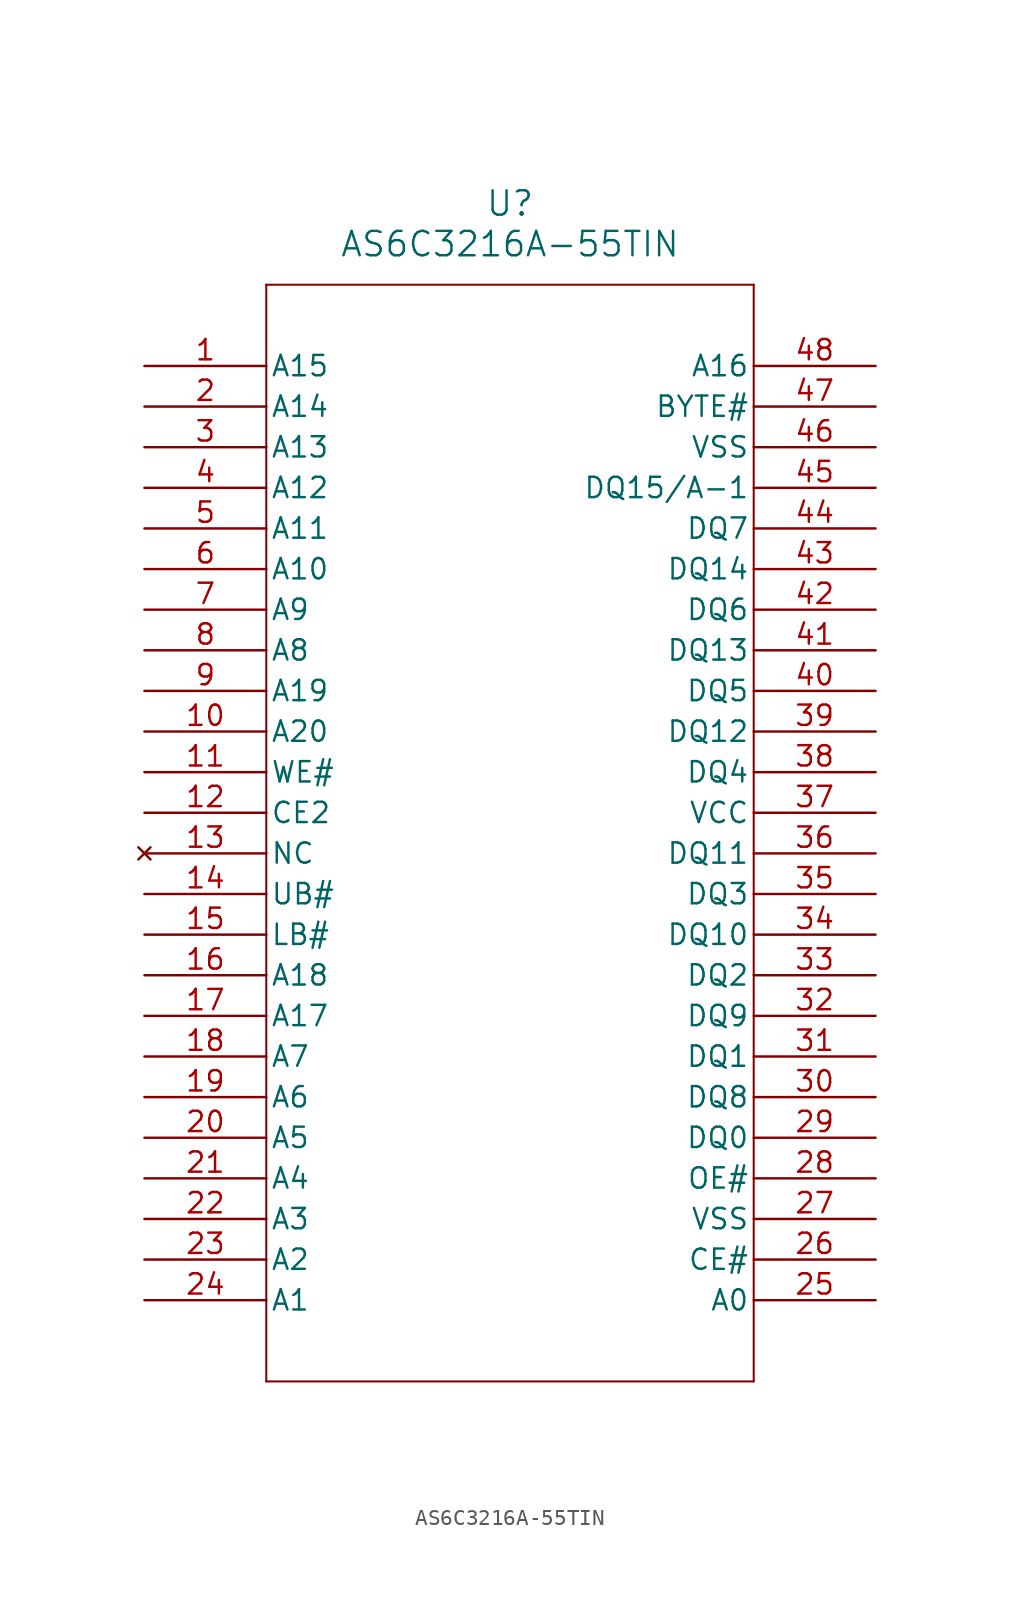
<source format=kicad_sym>
(kicad_symbol_lib
  (version 20241209)
  (generator "kicad_symbol_editor")
  (generator_version "9.0")
  (symbol "AS6C3216A-55TIN"
    (pin_names
      (offset 0.254))
    (property "Reference" "U"
      (at 22.86 10.16 0)
      (effects (font (size 1.524 1.524))))
    (property "Value" "AS6C3216A-55TIN"
      (at 22.86 7.62 0)
      (effects (font (size 1.524 1.524))))
    (property "ki_locked" ""
      (at 0 0 0)
      (effects (font (size 1.27 1.27))))
    (symbol "AS6C3216A-55TIN_0_1"
      (polyline (pts (xy 7.62 5.08) (xy 7.62 -63.5)) (stroke (width 0.127) (type default)) (fill (type none)))
      (polyline (pts (xy 7.62 -63.5) (xy 38.1 -63.5)) (stroke (width 0.127) (type default)) (fill (type none)))
      (polyline (pts (xy 38.1 5.08) (xy 7.62 5.08)) (stroke (width 0.127) (type default)) (fill (type none)))
      (polyline (pts (xy 38.1 -63.5) (xy 38.1 5.08)) (stroke (width 0.127) (type default)) (fill (type none)))
      (pin input line (at 0 0 0) (length 7.62) (name "A15" (effects (font (size 1.27 1.27)))) (number "1" (effects (font (size 1.27 1.27)))))
      (pin input line (at 0 -2.54 0) (length 7.62) (name "A14" (effects (font (size 1.27 1.27)))) (number "2" (effects (font (size 1.27 1.27)))))
      (pin input line (at 0 -5.08 0) (length 7.62) (name "A13" (effects (font (size 1.27 1.27)))) (number "3" (effects (font (size 1.27 1.27)))))
      (pin input line (at 0 -7.62 0) (length 7.62) (name "A12" (effects (font (size 1.27 1.27)))) (number "4" (effects (font (size 1.27 1.27)))))
      (pin input line (at 0 -10.16 0) (length 7.62) (name "A11" (effects (font (size 1.27 1.27)))) (number "5" (effects (font (size 1.27 1.27)))))
      (pin input line (at 0 -12.7 0) (length 7.62) (name "A10" (effects (font (size 1.27 1.27)))) (number "6" (effects (font (size 1.27 1.27)))))
      (pin input line (at 0 -15.24 0) (length 7.62) (name "A9" (effects (font (size 1.27 1.27)))) (number "7" (effects (font (size 1.27 1.27)))))
      (pin input line (at 0 -17.78 0) (length 7.62) (name "A8" (effects (font (size 1.27 1.27)))) (number "8" (effects (font (size 1.27 1.27)))))
      (pin input line (at 0 -20.32 0) (length 7.62) (name "A19" (effects (font (size 1.27 1.27)))) (number "9" (effects (font (size 1.27 1.27)))))
      (pin input line (at 0 -22.86 0) (length 7.62) (name "A20" (effects (font (size 1.27 1.27)))) (number "10" (effects (font (size 1.27 1.27)))))
      (pin input line (at 0 -25.4 0) (length 7.62) (name "WE#" (effects (font (size 1.27 1.27)))) (number "11" (effects (font (size 1.27 1.27)))))
      (pin input line (at 0 -27.94 0) (length 7.62) (name "CE2" (effects (font (size 1.27 1.27)))) (number "12" (effects (font (size 1.27 1.27)))))
      (pin no_connect line (at 0 -30.48 0) (length 7.62) (name "NC" (effects (font (size 1.27 1.27)))) (number "13" (effects (font (size 1.27 1.27)))))
      (pin input line (at 0 -33.02 0) (length 7.62) (name "UB#" (effects (font (size 1.27 1.27)))) (number "14" (effects (font (size 1.27 1.27)))))
      (pin input line (at 0 -35.56 0) (length 7.62) (name "LB#" (effects (font (size 1.27 1.27)))) (number "15" (effects (font (size 1.27 1.27)))))
      (pin input line (at 0 -38.1 0) (length 7.62) (name "A18" (effects (font (size 1.27 1.27)))) (number "16" (effects (font (size 1.27 1.27)))))
      (pin input line (at 0 -40.64 0) (length 7.62) (name "A17" (effects (font (size 1.27 1.27)))) (number "17" (effects (font (size 1.27 1.27)))))
      (pin input line (at 0 -43.18 0) (length 7.62) (name "A7" (effects (font (size 1.27 1.27)))) (number "18" (effects (font (size 1.27 1.27)))))
      (pin input line (at 0 -45.72 0) (length 7.62) (name "A6" (effects (font (size 1.27 1.27)))) (number "19" (effects (font (size 1.27 1.27)))))
      (pin input line (at 0 -48.26 0) (length 7.62) (name "A5" (effects (font (size 1.27 1.27)))) (number "20" (effects (font (size 1.27 1.27)))))
      (pin input line (at 0 -50.8 0) (length 7.62) (name "A4" (effects (font (size 1.27 1.27)))) (number "21" (effects (font (size 1.27 1.27)))))
      (pin input line (at 0 -53.34 0) (length 7.62) (name "A3" (effects (font (size 1.27 1.27)))) (number "22" (effects (font (size 1.27 1.27)))))
      (pin input line (at 0 -55.88 0) (length 7.62) (name "A2" (effects (font (size 1.27 1.27)))) (number "23" (effects (font (size 1.27 1.27)))))
      (pin input line (at 0 -58.42 0) (length 7.62) (name "A1" (effects (font (size 1.27 1.27)))) (number "24" (effects (font (size 1.27 1.27)))))
      (pin input line (at 45.72 0 180) (length 7.62) (name "A16" (effects (font (size 1.27 1.27)))) (number "48" (effects (font (size 1.27 1.27)))))
      (pin input line (at 45.72 -2.54 180) (length 7.62) (name "BYTE#" (effects (font (size 1.27 1.27)))) (number "47" (effects (font (size 1.27 1.27)))))
      (pin power_out line (at 45.72 -5.08 180) (length 7.62) (name "VSS" (effects (font (size 1.27 1.27)))) (number "46" (effects (font (size 1.27 1.27)))))
      (pin bidirectional line (at 45.72 -7.62 180) (length 7.62) (name "DQ15/A-1" (effects (font (size 1.27 1.27)))) (number "45" (effects (font (size 1.27 1.27)))))
      (pin bidirectional line (at 45.72 -10.16 180) (length 7.62) (name "DQ7" (effects (font (size 1.27 1.27)))) (number "44" (effects (font (size 1.27 1.27)))))
      (pin bidirectional line (at 45.72 -12.7 180) (length 7.62) (name "DQ14" (effects (font (size 1.27 1.27)))) (number "43" (effects (font (size 1.27 1.27)))))
      (pin bidirectional line (at 45.72 -15.24 180) (length 7.62) (name "DQ6" (effects (font (size 1.27 1.27)))) (number "42" (effects (font (size 1.27 1.27)))))
      (pin bidirectional line (at 45.72 -17.78 180) (length 7.62) (name "DQ13" (effects (font (size 1.27 1.27)))) (number "41" (effects (font (size 1.27 1.27)))))
      (pin bidirectional line (at 45.72 -20.32 180) (length 7.62) (name "DQ5" (effects (font (size 1.27 1.27)))) (number "40" (effects (font (size 1.27 1.27)))))
      (pin bidirectional line (at 45.72 -22.86 180) (length 7.62) (name "DQ12" (effects (font (size 1.27 1.27)))) (number "39" (effects (font (size 1.27 1.27)))))
      (pin bidirectional line (at 45.72 -25.4 180) (length 7.62) (name "DQ4" (effects (font (size 1.27 1.27)))) (number "38" (effects (font (size 1.27 1.27)))))
      (pin power_in line (at 45.72 -27.94 180) (length 7.62) (name "VCC" (effects (font (size 1.27 1.27)))) (number "37" (effects (font (size 1.27 1.27)))))
      (pin bidirectional line (at 45.72 -30.48 180) (length 7.62) (name "DQ11" (effects (font (size 1.27 1.27)))) (number "36" (effects (font (size 1.27 1.27)))))
      (pin bidirectional line (at 45.72 -33.02 180) (length 7.62) (name "DQ3" (effects (font (size 1.27 1.27)))) (number "35" (effects (font (size 1.27 1.27)))))
      (pin bidirectional line (at 45.72 -35.56 180) (length 7.62) (name "DQ10" (effects (font (size 1.27 1.27)))) (number "34" (effects (font (size 1.27 1.27)))))
      (pin bidirectional line (at 45.72 -38.1 180) (length 7.62) (name "DQ2" (effects (font (size 1.27 1.27)))) (number "33" (effects (font (size 1.27 1.27)))))
      (pin bidirectional line (at 45.72 -40.64 180) (length 7.62) (name "DQ9" (effects (font (size 1.27 1.27)))) (number "32" (effects (font (size 1.27 1.27)))))
      (pin bidirectional line (at 45.72 -43.18 180) (length 7.62) (name "DQ1" (effects (font (size 1.27 1.27)))) (number "31" (effects (font (size 1.27 1.27)))))
      (pin bidirectional line (at 45.72 -45.72 180) (length 7.62) (name "DQ8" (effects (font (size 1.27 1.27)))) (number "30" (effects (font (size 1.27 1.27)))))
      (pin bidirectional line (at 45.72 -48.26 180) (length 7.62) (name "DQ0" (effects (font (size 1.27 1.27)))) (number "29" (effects (font (size 1.27 1.27)))))
      (pin input line (at 45.72 -50.8 180) (length 7.62) (name "OE#" (effects (font (size 1.27 1.27)))) (number "28" (effects (font (size 1.27 1.27)))))
      (pin power_out line (at 45.72 -53.34 180) (length 7.62) (name "VSS" (effects (font (size 1.27 1.27)))) (number "27" (effects (font (size 1.27 1.27)))))
      (pin input line (at 45.72 -55.88 180) (length 7.62) (name "CE#" (effects (font (size 1.27 1.27)))) (number "26" (effects (font (size 1.27 1.27)))))
      (pin input line (at 45.72 -58.42 180) (length 7.62) (name "A0" (effects (font (size 1.27 1.27)))) (number "25" (effects (font (size 1.27 1.27))))))))
</source>
